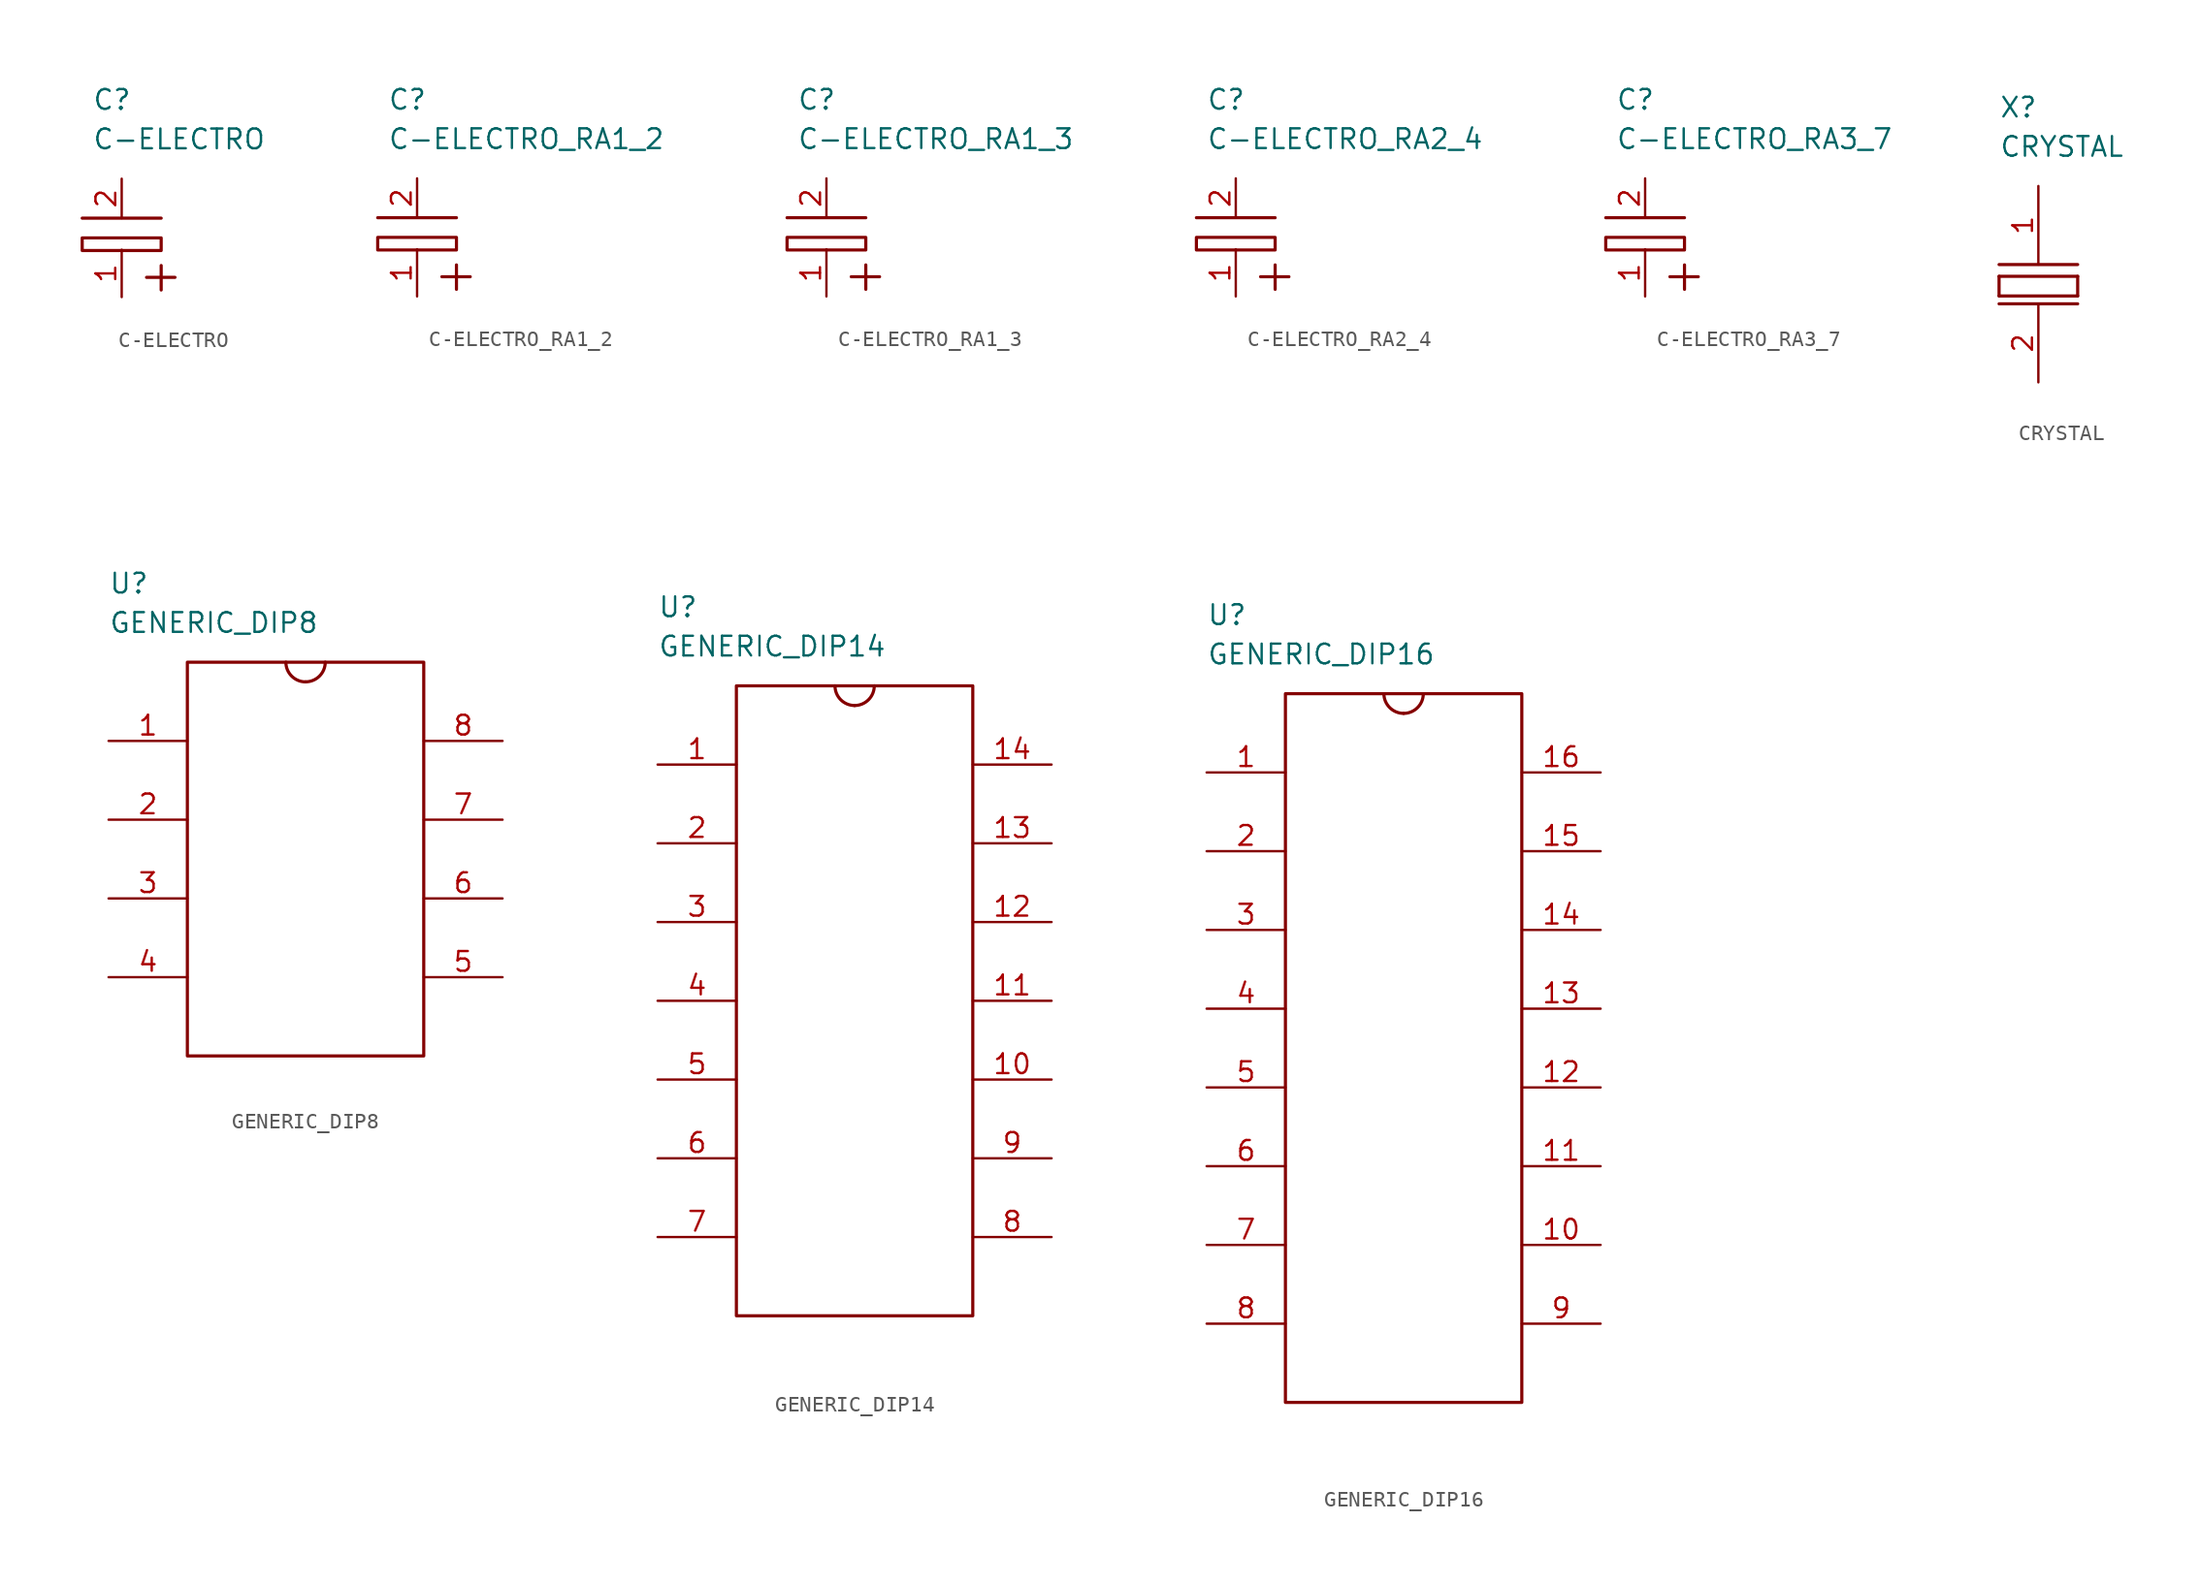
<source format=kicad_sym>
(kicad_symbol_lib
  (version 20211014)
  (generator kicad_symbol_editor)
  (symbol "C-ELECTRO"
    (property "Reference" "C"
      (at -3.175 8.89 0)
      (effects (font (size 1.27 1.27)) (justify left)))
    (property "Value" "C-ELECTRO"
      (at -3.175 6.35 0)
      (effects (font (size 1.27 1.27)) (justify left)))
    (property "ki_locked" ""
      (at 0 0 0)
      (effects (font (size 1.27 1.27))))
    (symbol "C-ELECTRO_0_0"
      (polyline (pts (xy -3.81 1.27) (xy 1.27 1.27)) (stroke (width 0.203) (type default) (color 0 0 0 0)) (fill (type none)))
      (polyline (pts (xy 1.27 -1.778) (xy 1.27 -3.353)) (stroke (width 0.203) (type default) (color 0 0 0 0)) (fill (type none)))
      (polyline (pts (xy 2.159 -2.54) (xy 0.33 -2.54)) (stroke (width 0.203) (type default) (color 0 0 0 0)) (fill (type none)))
      (polyline (pts (xy 1.27 -0.813) (xy -3.81 -0.813) (xy -3.81 0) (xy 1.27 0) (xy 1.27 -0.813)) (stroke (width 0.203) (type default) (color 0 0 0 0)) (fill (type none))))
    (symbol "C-ELECTRO_1_0"
      (pin unspecified line (at -1.27 -3.81 90) (length 3.048) (name "~" (effects (font (size 1.27 1.27)))) (number "1" (effects (font (size 1.27 1.27)))))
      (pin unspecified line (at -1.27 3.81 270) (length 2.54) (name "~" (effects (font (size 1.27 1.27)))) (number "2" (effects (font (size 1.27 1.27)))))))
  (symbol "C-ELECTRO_RA1_2"
    (property "Reference" "C"
      (at -3.175 8.89 0)
      (effects (font (size 1.27 1.27)) (justify left)))
    (property "Value" "C-ELECTRO_RA1_2"
      (at -3.175 6.35 0)
      (effects (font (size 1.27 1.27)) (justify left)))
    (property "ki_locked" ""
      (at 0 0 0)
      (effects (font (size 1.27 1.27))))
    (symbol "C-ELECTRO_RA1_2_0_0"
      (polyline (pts (xy -3.81 1.27) (xy 1.27 1.27)) (stroke (width 0.203) (type default) (color 0 0 0 0)) (fill (type none)))
      (polyline (pts (xy 1.27 -1.778) (xy 1.27 -3.353)) (stroke (width 0.203) (type default) (color 0 0 0 0)) (fill (type none)))
      (polyline (pts (xy 2.159 -2.54) (xy 0.33 -2.54)) (stroke (width 0.203) (type default) (color 0 0 0 0)) (fill (type none)))
      (polyline (pts (xy 1.27 -0.813) (xy -3.81 -0.813) (xy -3.81 0) (xy 1.27 0) (xy 1.27 -0.813)) (stroke (width 0.203) (type default) (color 0 0 0 0)) (fill (type none))))
    (symbol "C-ELECTRO_RA1_2_1_0"
      (pin unspecified line (at -1.27 -3.81 90) (length 3.048) (name "~" (effects (font (size 1.27 1.27)))) (number "1" (effects (font (size 1.27 1.27)))))
      (pin unspecified line (at -1.27 3.81 270) (length 2.54) (name "~" (effects (font (size 1.27 1.27)))) (number "2" (effects (font (size 1.27 1.27)))))))
  (symbol "C-ELECTRO_RA1_3"
    (property "Reference" "C"
      (at -3.175 8.89 0)
      (effects (font (size 1.27 1.27)) (justify left)))
    (property "Value" "C-ELECTRO_RA1_3"
      (at -3.175 6.35 0)
      (effects (font (size 1.27 1.27)) (justify left)))
    (property "ki_locked" ""
      (at 0 0 0)
      (effects (font (size 1.27 1.27))))
    (symbol "C-ELECTRO_RA1_3_0_0"
      (polyline (pts (xy -3.81 1.27) (xy 1.27 1.27)) (stroke (width 0.203) (type default) (color 0 0 0 0)) (fill (type none)))
      (polyline (pts (xy 1.27 -1.778) (xy 1.27 -3.353)) (stroke (width 0.203) (type default) (color 0 0 0 0)) (fill (type none)))
      (polyline (pts (xy 2.159 -2.54) (xy 0.33 -2.54)) (stroke (width 0.203) (type default) (color 0 0 0 0)) (fill (type none)))
      (polyline (pts (xy 1.27 -0.813) (xy -3.81 -0.813) (xy -3.81 0) (xy 1.27 0) (xy 1.27 -0.813)) (stroke (width 0.203) (type default) (color 0 0 0 0)) (fill (type none))))
    (symbol "C-ELECTRO_RA1_3_1_0"
      (pin unspecified line (at -1.27 -3.81 90) (length 3.048) (name "~" (effects (font (size 1.27 1.27)))) (number "1" (effects (font (size 1.27 1.27)))))
      (pin unspecified line (at -1.27 3.81 270) (length 2.54) (name "~" (effects (font (size 1.27 1.27)))) (number "2" (effects (font (size 1.27 1.27)))))))
  (symbol "C-ELECTRO_RA2_4"
    (property "Reference" "C"
      (at -3.175 8.89 0)
      (effects (font (size 1.27 1.27)) (justify left)))
    (property "Value" "C-ELECTRO_RA2_4"
      (at -3.175 6.35 0)
      (effects (font (size 1.27 1.27)) (justify left)))
    (property "ki_locked" ""
      (at 0 0 0)
      (effects (font (size 1.27 1.27))))
    (symbol "C-ELECTRO_RA2_4_0_0"
      (polyline (pts (xy -3.81 1.27) (xy 1.27 1.27)) (stroke (width 0.203) (type default) (color 0 0 0 0)) (fill (type none)))
      (polyline (pts (xy 1.27 -1.778) (xy 1.27 -3.353)) (stroke (width 0.203) (type default) (color 0 0 0 0)) (fill (type none)))
      (polyline (pts (xy 2.159 -2.54) (xy 0.33 -2.54)) (stroke (width 0.203) (type default) (color 0 0 0 0)) (fill (type none)))
      (polyline (pts (xy 1.27 -0.813) (xy -3.81 -0.813) (xy -3.81 0) (xy 1.27 0) (xy 1.27 -0.813)) (stroke (width 0.203) (type default) (color 0 0 0 0)) (fill (type none))))
    (symbol "C-ELECTRO_RA2_4_1_0"
      (pin unspecified line (at -1.27 -3.81 90) (length 3.048) (name "~" (effects (font (size 1.27 1.27)))) (number "1" (effects (font (size 1.27 1.27)))))
      (pin unspecified line (at -1.27 3.81 270) (length 2.54) (name "~" (effects (font (size 1.27 1.27)))) (number "2" (effects (font (size 1.27 1.27)))))))
  (symbol "C-ELECTRO_RA3_7"
    (property "Reference" "C"
      (at -3.175 8.89 0)
      (effects (font (size 1.27 1.27)) (justify left)))
    (property "Value" "C-ELECTRO_RA3_7"
      (at -3.175 6.35 0)
      (effects (font (size 1.27 1.27)) (justify left)))
    (property "ki_locked" ""
      (at 0 0 0)
      (effects (font (size 1.27 1.27))))
    (symbol "C-ELECTRO_RA3_7_0_0"
      (polyline (pts (xy -3.81 1.27) (xy 1.27 1.27)) (stroke (width 0.203) (type default) (color 0 0 0 0)) (fill (type none)))
      (polyline (pts (xy 1.27 -1.778) (xy 1.27 -3.353)) (stroke (width 0.203) (type default) (color 0 0 0 0)) (fill (type none)))
      (polyline (pts (xy 2.159 -2.54) (xy 0.33 -2.54)) (stroke (width 0.203) (type default) (color 0 0 0 0)) (fill (type none)))
      (polyline (pts (xy 1.27 -0.813) (xy -3.81 -0.813) (xy -3.81 0) (xy 1.27 0) (xy 1.27 -0.813)) (stroke (width 0.203) (type default) (color 0 0 0 0)) (fill (type none))))
    (symbol "C-ELECTRO_RA3_7_1_0"
      (pin unspecified line (at -1.27 -3.81 90) (length 3.048) (name "~" (effects (font (size 1.27 1.27)))) (number "1" (effects (font (size 1.27 1.27)))))
      (pin unspecified line (at -1.27 3.81 270) (length 2.54) (name "~" (effects (font (size 1.27 1.27)))) (number "2" (effects (font (size 1.27 1.27)))))))
  (symbol "CRYSTAL"
    (property "Reference" "X"
      (at -2.54 11.43 0)
      (effects (font (size 1.27 1.27)) (justify left)))
    (property "Value" "CRYSTAL"
      (at -2.54 8.89 0)
      (effects (font (size 1.27 1.27)) (justify left)))
    (property "ki_locked" ""
      (at 0 0 0)
      (effects (font (size 1.27 1.27))))
    (symbol "CRYSTAL_0_0"
      (polyline (pts (xy -2.54 -1.27) (xy 2.54 -1.27)) (stroke (width 0.203) (type default) (color 0 0 0 0)) (fill (type none)))
      (polyline (pts (xy -2.54 -0.762) (xy -2.54 0.508)) (stroke (width 0.203) (type default) (color 0 0 0 0)) (fill (type none)))
      (polyline (pts (xy -2.54 0.508) (xy 2.54 0.508)) (stroke (width 0.203) (type default) (color 0 0 0 0)) (fill (type none)))
      (polyline (pts (xy -2.54 1.27) (xy 2.54 1.27)) (stroke (width 0.203) (type default) (color 0 0 0 0)) (fill (type none)))
      (polyline (pts (xy 2.54 -0.762) (xy -2.54 -0.762)) (stroke (width 0.203) (type default) (color 0 0 0 0)) (fill (type none)))
      (polyline (pts (xy 2.54 0.508) (xy 2.54 -0.762)) (stroke (width 0.203) (type default) (color 0 0 0 0)) (fill (type none))))
    (symbol "CRYSTAL_1_0"
      (pin unspecified line (at 0 6.35 270) (length 5.08) (name "~" (effects (font (size 1.27 1.27)))) (number "1" (effects (font (size 1.27 1.27)))))
      (pin unspecified line (at 0 -6.35 90) (length 5.08) (name "~" (effects (font (size 1.27 1.27)))) (number "2" (effects (font (size 1.27 1.27)))))))
  (symbol "GENERIC_DIP8"
    (property "Reference" "U"
      (at -12.7 17.78 0)
      (effects (font (size 1.27 1.27)) (justify left)))
    (property "Value" "GENERIC_DIP8"
      (at -12.7 15.24 0)
      (effects (font (size 1.27 1.27)) (justify left)))
    (property "ki_locked" ""
      (at 0 0 0)
      (effects (font (size 1.27 1.27))))
    (symbol "GENERIC_DIP8_0_0"
      (rectangle (start -7.62 12.7) (end 7.62 -12.7) (stroke (width 0.203) (type default) (color 0 0 0 0)) (fill (type none)))
      (arc (start -1.27 12.7) (mid -0.898 11.802) (end 0 11.43) (stroke (width 0.2032) (type default) (color 0 0 0 0)) (fill (type none)))
      (arc (start 0 11.43) (mid 0.898 11.802) (end 1.27 12.7) (stroke (width 0.2032) (type default) (color 0 0 0 0)) (fill (type none))))
    (symbol "GENERIC_DIP8_1_0"
      (pin unspecified line (at -12.7 7.62 0) (length 5.08) (name "~" (effects (font (size 1.27 1.27)))) (number "1" (effects (font (size 1.27 1.27)))))
      (pin unspecified line (at -12.7 2.54 0) (length 5.08) (name "~" (effects (font (size 1.27 1.27)))) (number "2" (effects (font (size 1.27 1.27)))))
      (pin unspecified line (at -12.7 -2.54 0) (length 5.08) (name "~" (effects (font (size 1.27 1.27)))) (number "3" (effects (font (size 1.27 1.27)))))
      (pin unspecified line (at -12.7 -7.62 0) (length 5.08) (name "~" (effects (font (size 1.27 1.27)))) (number "4" (effects (font (size 1.27 1.27)))))
      (pin unspecified line (at 12.7 -7.62 180) (length 5.08) (name "~" (effects (font (size 1.27 1.27)))) (number "5" (effects (font (size 1.27 1.27)))))
      (pin unspecified line (at 12.7 -2.54 180) (length 5.08) (name "~" (effects (font (size 1.27 1.27)))) (number "6" (effects (font (size 1.27 1.27)))))
      (pin unspecified line (at 12.7 2.54 180) (length 5.08) (name "~" (effects (font (size 1.27 1.27)))) (number "7" (effects (font (size 1.27 1.27)))))
      (pin unspecified line (at 12.7 7.62 180) (length 5.08) (name "~" (effects (font (size 1.27 1.27)))) (number "8" (effects (font (size 1.27 1.27)))))))
  (symbol "GENERIC_DIP14"
    (property "Reference" "U"
      (at -12.7 25.4 0)
      (effects (font (size 1.27 1.27)) (justify left)))
    (property "Value" "GENERIC_DIP14"
      (at -12.7 22.86 0)
      (effects (font (size 1.27 1.27)) (justify left)))
    (property "ki_locked" ""
      (at 0 0 0)
      (effects (font (size 1.27 1.27))))
    (symbol "GENERIC_DIP14_0_0"
      (rectangle (start -7.62 20.32) (end 7.62 -20.32) (stroke (width 0.203) (type default) (color 0 0 0 0)) (fill (type none)))
      (arc (start -1.27 20.32) (mid -0.898 19.422) (end 0 19.05) (stroke (width 0.2032) (type default) (color 0 0 0 0)) (fill (type none)))
      (arc (start 0 19.05) (mid 0.898 19.422) (end 1.27 20.32) (stroke (width 0.2032) (type default) (color 0 0 0 0)) (fill (type none))))
    (symbol "GENERIC_DIP14_1_0"
      (pin unspecified line (at -12.7 15.24 0) (length 5.08) (name "~" (effects (font (size 1.27 1.27)))) (number "1" (effects (font (size 1.27 1.27)))))
      (pin unspecified line (at 12.7 -5.08 180) (length 5.08) (name "~" (effects (font (size 1.27 1.27)))) (number "10" (effects (font (size 1.27 1.27)))))
      (pin unspecified line (at 12.7 0 180) (length 5.08) (name "~" (effects (font (size 1.27 1.27)))) (number "11" (effects (font (size 1.27 1.27)))))
      (pin unspecified line (at 12.7 5.08 180) (length 5.08) (name "~" (effects (font (size 1.27 1.27)))) (number "12" (effects (font (size 1.27 1.27)))))
      (pin unspecified line (at 12.7 10.16 180) (length 5.08) (name "~" (effects (font (size 1.27 1.27)))) (number "13" (effects (font (size 1.27 1.27)))))
      (pin unspecified line (at 12.7 15.24 180) (length 5.08) (name "~" (effects (font (size 1.27 1.27)))) (number "14" (effects (font (size 1.27 1.27)))))
      (pin unspecified line (at -12.7 10.16 0) (length 5.08) (name "~" (effects (font (size 1.27 1.27)))) (number "2" (effects (font (size 1.27 1.27)))))
      (pin unspecified line (at -12.7 5.08 0) (length 5.08) (name "~" (effects (font (size 1.27 1.27)))) (number "3" (effects (font (size 1.27 1.27)))))
      (pin unspecified line (at -12.7 0 0) (length 5.08) (name "~" (effects (font (size 1.27 1.27)))) (number "4" (effects (font (size 1.27 1.27)))))
      (pin unspecified line (at -12.7 -5.08 0) (length 5.08) (name "~" (effects (font (size 1.27 1.27)))) (number "5" (effects (font (size 1.27 1.27)))))
      (pin unspecified line (at -12.7 -10.16 0) (length 5.08) (name "~" (effects (font (size 1.27 1.27)))) (number "6" (effects (font (size 1.27 1.27)))))
      (pin unspecified line (at -12.7 -15.24 0) (length 5.08) (name "~" (effects (font (size 1.27 1.27)))) (number "7" (effects (font (size 1.27 1.27)))))
      (pin unspecified line (at 12.7 -15.24 180) (length 5.08) (name "~" (effects (font (size 1.27 1.27)))) (number "8" (effects (font (size 1.27 1.27)))))
      (pin unspecified line (at 12.7 -10.16 180) (length 5.08) (name "~" (effects (font (size 1.27 1.27)))) (number "9" (effects (font (size 1.27 1.27)))))))
  (symbol "GENERIC_DIP16"
    (property "Reference" "U"
      (at -12.7 27.94 0)
      (effects (font (size 1.27 1.27)) (justify left)))
    (property "Value" "GENERIC_DIP16"
      (at -12.7 25.4 0)
      (effects (font (size 1.27 1.27)) (justify left)))
    (property "ki_locked" ""
      (at 0 0 0)
      (effects (font (size 1.27 1.27))))
    (symbol "GENERIC_DIP16_0_0"
      (rectangle (start -7.62 22.86) (end 7.62 -22.86) (stroke (width 0.203) (type default) (color 0 0 0 0)) (fill (type none)))
      (arc (start -1.27 22.86) (mid -0.898 21.962) (end 0 21.59) (stroke (width 0.2032) (type default) (color 0 0 0 0)) (fill (type none)))
      (arc (start 0 21.59) (mid 0.898 21.962) (end 1.27 22.86) (stroke (width 0.2032) (type default) (color 0 0 0 0)) (fill (type none))))
    (symbol "GENERIC_DIP16_1_0"
      (pin unspecified line (at -12.7 17.78 0) (length 5.08) (name "~" (effects (font (size 1.27 1.27)))) (number "1" (effects (font (size 1.27 1.27)))))
      (pin unspecified line (at 12.7 -12.7 180) (length 5.08) (name "~" (effects (font (size 1.27 1.27)))) (number "10" (effects (font (size 1.27 1.27)))))
      (pin unspecified line (at 12.7 -7.62 180) (length 5.08) (name "~" (effects (font (size 1.27 1.27)))) (number "11" (effects (font (size 1.27 1.27)))))
      (pin unspecified line (at 12.7 -2.54 180) (length 5.08) (name "~" (effects (font (size 1.27 1.27)))) (number "12" (effects (font (size 1.27 1.27)))))
      (pin unspecified line (at 12.7 2.54 180) (length 5.08) (name "~" (effects (font (size 1.27 1.27)))) (number "13" (effects (font (size 1.27 1.27)))))
      (pin unspecified line (at 12.7 7.62 180) (length 5.08) (name "~" (effects (font (size 1.27 1.27)))) (number "14" (effects (font (size 1.27 1.27)))))
      (pin unspecified line (at 12.7 12.7 180) (length 5.08) (name "~" (effects (font (size 1.27 1.27)))) (number "15" (effects (font (size 1.27 1.27)))))
      (pin unspecified line (at 12.7 17.78 180) (length 5.08) (name "~" (effects (font (size 1.27 1.27)))) (number "16" (effects (font (size 1.27 1.27)))))
      (pin unspecified line (at -12.7 12.7 0) (length 5.08) (name "~" (effects (font (size 1.27 1.27)))) (number "2" (effects (font (size 1.27 1.27)))))
      (pin unspecified line (at -12.7 7.62 0) (length 5.08) (name "~" (effects (font (size 1.27 1.27)))) (number "3" (effects (font (size 1.27 1.27)))))
      (pin unspecified line (at -12.7 2.54 0) (length 5.08) (name "~" (effects (font (size 1.27 1.27)))) (number "4" (effects (font (size 1.27 1.27)))))
      (pin unspecified line (at -12.7 -2.54 0) (length 5.08) (name "~" (effects (font (size 1.27 1.27)))) (number "5" (effects (font (size 1.27 1.27)))))
      (pin unspecified line (at -12.7 -7.62 0) (length 5.08) (name "~" (effects (font (size 1.27 1.27)))) (number "6" (effects (font (size 1.27 1.27)))))
      (pin unspecified line (at -12.7 -12.7 0) (length 5.08) (name "~" (effects (font (size 1.27 1.27)))) (number "7" (effects (font (size 1.27 1.27)))))
      (pin unspecified line (at -12.7 -17.78 0) (length 5.08) (name "~" (effects (font (size 1.27 1.27)))) (number "8" (effects (font (size 1.27 1.27)))))
      (pin unspecified line (at 12.7 -17.78 180) (length 5.08) (name "~" (effects (font (size 1.27 1.27)))) (number "9" (effects (font (size 1.27 1.27))))))))
</source>
